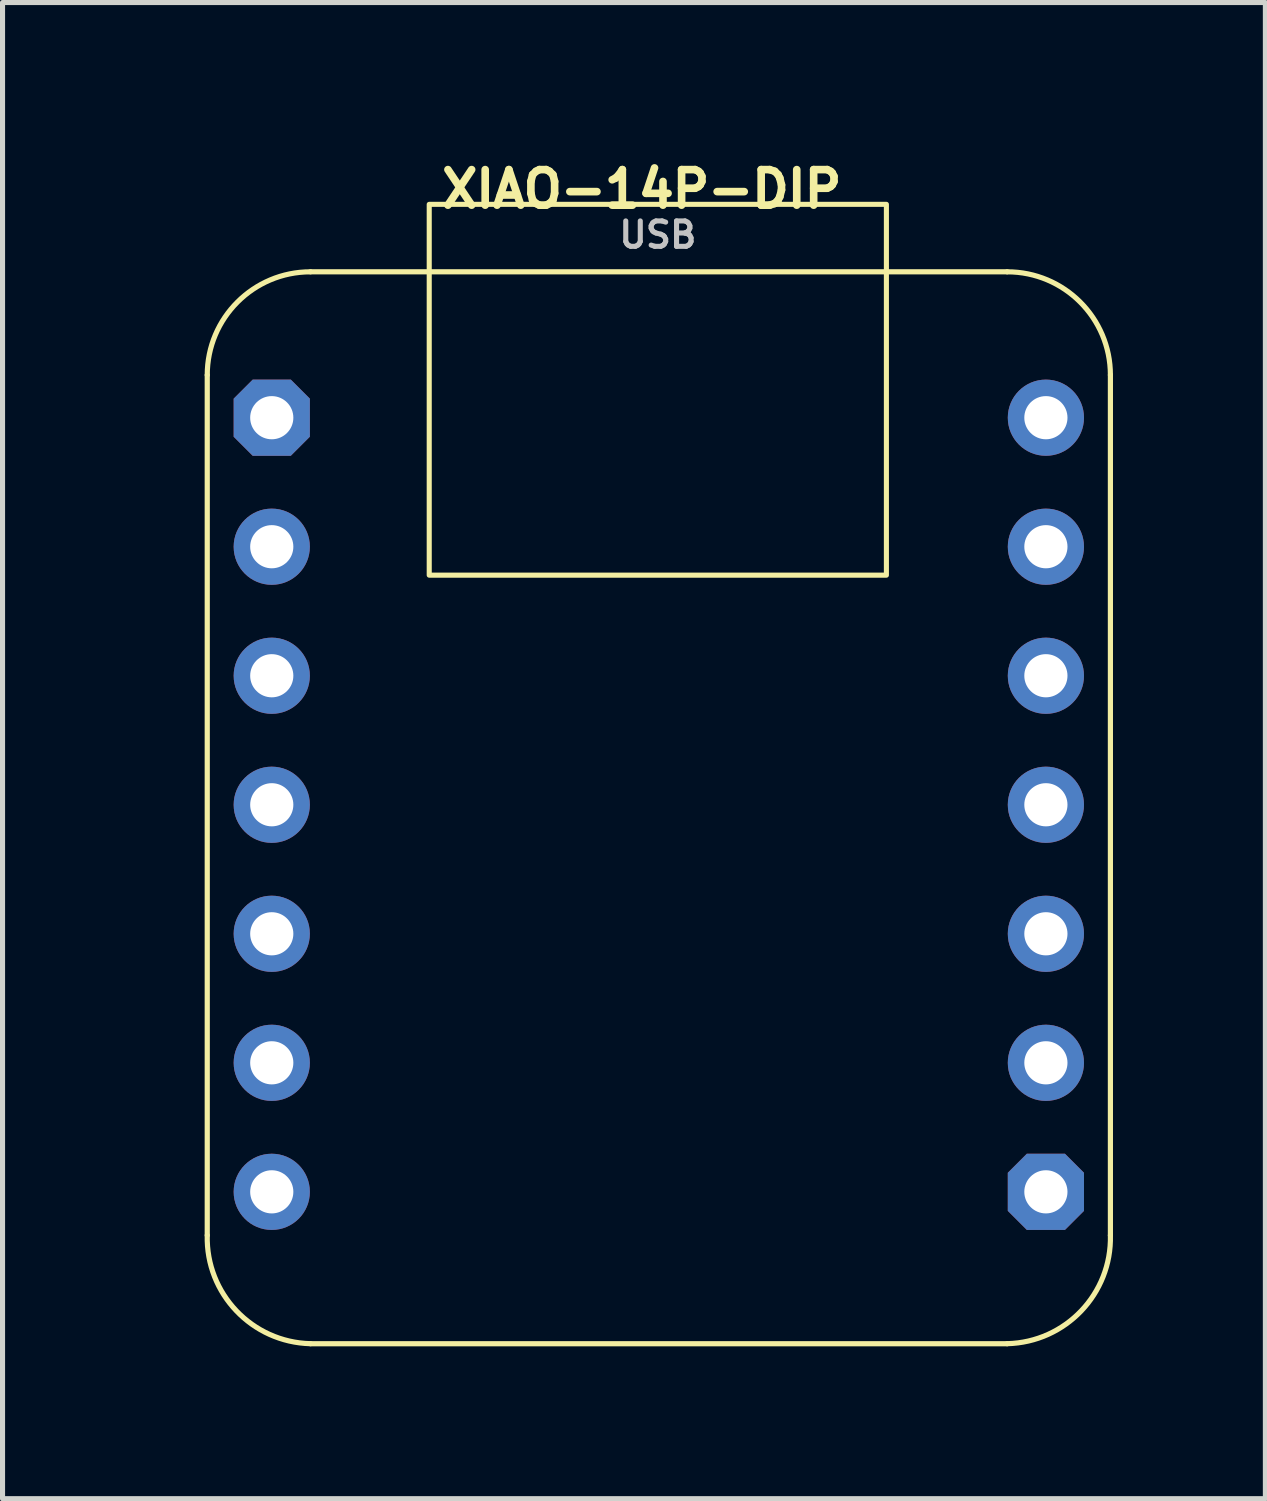
<source format=kicad_pcb>
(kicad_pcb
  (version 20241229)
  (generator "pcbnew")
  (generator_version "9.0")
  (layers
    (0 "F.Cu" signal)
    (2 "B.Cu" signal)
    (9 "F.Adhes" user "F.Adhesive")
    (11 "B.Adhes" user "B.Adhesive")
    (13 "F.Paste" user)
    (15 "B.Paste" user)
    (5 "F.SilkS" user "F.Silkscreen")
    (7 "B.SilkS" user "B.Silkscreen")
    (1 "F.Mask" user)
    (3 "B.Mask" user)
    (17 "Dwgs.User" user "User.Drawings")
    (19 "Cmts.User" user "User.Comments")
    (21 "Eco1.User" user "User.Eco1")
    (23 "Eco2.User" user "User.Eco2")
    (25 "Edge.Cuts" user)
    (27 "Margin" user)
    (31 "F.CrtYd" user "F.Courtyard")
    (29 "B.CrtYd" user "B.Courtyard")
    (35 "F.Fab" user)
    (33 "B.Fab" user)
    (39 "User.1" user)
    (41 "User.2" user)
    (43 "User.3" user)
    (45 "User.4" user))
  (footprint "XIAO-14P-DIP"
    (layer "F.Cu")
    (at 0.25 22.453)
    (property "Reference" "XIAO-14P-DIP" (at 9.335 -21.78 0) (layer "F.SilkS") (effects (font (size 0.7 0.7) (thickness 0.15))))
    (attr through_hole)
    (fp_line (start 0.78 -18.12) (end 0.78 -1.184) (stroke (width 0.102) (type solid)) (layer "F.SilkS"))
    (fp_line (start 2.812 0.95) (end 16.528 0.95) (stroke (width 0.102) (type solid)) (layer "F.SilkS"))
    (fp_line (start 16.528 -20.152) (end 2.812 -20.152) (stroke (width 0.102) (type solid)) (layer "F.SilkS"))
    (fp_line (start 18.56 -1.184) (end 18.56 -18.12) (stroke (width 0.102) (type solid)) (layer "F.SilkS"))
    (fp_rect (start 5.15 -21.48) (end 14.15 -14.18) (stroke (width 0.1) (type solid)) (fill no) (layer "F.SilkS"))
    (fp_arc (start 0.78 -18.12) (mid 1.375159 -19.556841) (end 2.812 -20.152) (stroke (width 0.1016) (type solid)) (layer "F.SilkS"))
    (fp_arc (start 2.812 0.9496) (mid 1.354117 0.303641) (end 0.78 -1.184) (stroke (width 0.1016) (type solid)) (layer "F.SilkS"))
    (fp_arc (start 16.528 -20.152) (mid 17.964841 -19.556841) (end 18.56 -18.12) (stroke (width 0.1016) (type solid)) (layer "F.SilkS"))
    (fp_arc (start 18.56 -1.184) (mid 17.985883 0.303642) (end 16.528 0.9496) (stroke (width 0.1016) (type solid)) (layer "F.SilkS"))
    (fp_text user "USB" (at 9.65 -20.88 0) (unlocked yes) (layer "Dwgs.User") (effects (font (size 0.5 0.5) (thickness 0.1))))
    (pad "1" thru_hole roundrect (at 2.05 -17.28) (size 1.5 1.5) (drill 0.85) (layers "*.Cu" "*.Mask") (roundrect_rratio 0.25) (chamfer_ratio 0.25) (chamfer top_left top_right bottom_left bottom_right))
    (pad "2" thru_hole circle (at 2.05 -14.74) (size 1.5 1.5) (drill 0.85) (layers "*.Cu" "*.Mask"))
    (pad "3" thru_hole circle (at 2.05 -12.2) (size 1.5 1.5) (drill 0.85) (layers "*.Cu" "*.Mask"))
    (pad "4" thru_hole circle (at 2.05 -9.66) (size 1.5 1.5) (drill 0.85) (layers "*.Cu" "*.Mask"))
    (pad "5" thru_hole circle (at 2.05 -7.12) (size 1.5 1.5) (drill 0.85) (layers "*.Cu" "*.Mask"))
    (pad "6" thru_hole circle (at 2.05 -4.58) (size 1.5 1.5) (drill 0.85) (layers "*.Cu" "*.Mask"))
    (pad "7" thru_hole circle (at 2.05 -2.04) (size 1.5 1.5) (drill 0.85) (layers "*.Cu" "*.Mask"))
    (pad "8" thru_hole roundrect (at 17.29 -2.04 180) (size 1.5 1.5) (drill 0.85) (layers "*.Cu" "*.Mask") (roundrect_rratio 0.25) (chamfer_ratio 0.25) (chamfer top_left top_right bottom_left bottom_right))
    (pad "9" thru_hole circle (at 17.29 -4.58 180) (size 1.5 1.5) (drill 0.85) (layers "*.Cu" "*.Mask"))
    (pad "10" thru_hole circle (at 17.29 -7.12 180) (size 1.5 1.5) (drill 0.85) (layers "*.Cu" "*.Mask"))
    (pad "11" thru_hole circle (at 17.29 -9.66 180) (size 1.5 1.5) (drill 0.85) (layers "*.Cu" "*.Mask"))
    (pad "12" thru_hole circle (at 17.29 -12.2 180) (size 1.5 1.5) (drill 0.85) (layers "*.Cu" "*.Mask"))
    (pad "13" thru_hole circle (at 17.29 -14.74 180) (size 1.5 1.5) (drill 0.85) (layers "*.Cu" "*.Mask"))
    (pad "14" thru_hole circle (at 17.29 -17.28 180) (size 1.5 1.5) (drill 0.85) (layers "*.Cu" "*.Mask")))
  (gr_rect
    (start -3 -3)
    (end 21.861 26.454)
    (stroke (width 0.1) (type default))
    (fill no)
    (layer "Edge.Cuts")))
</source>
